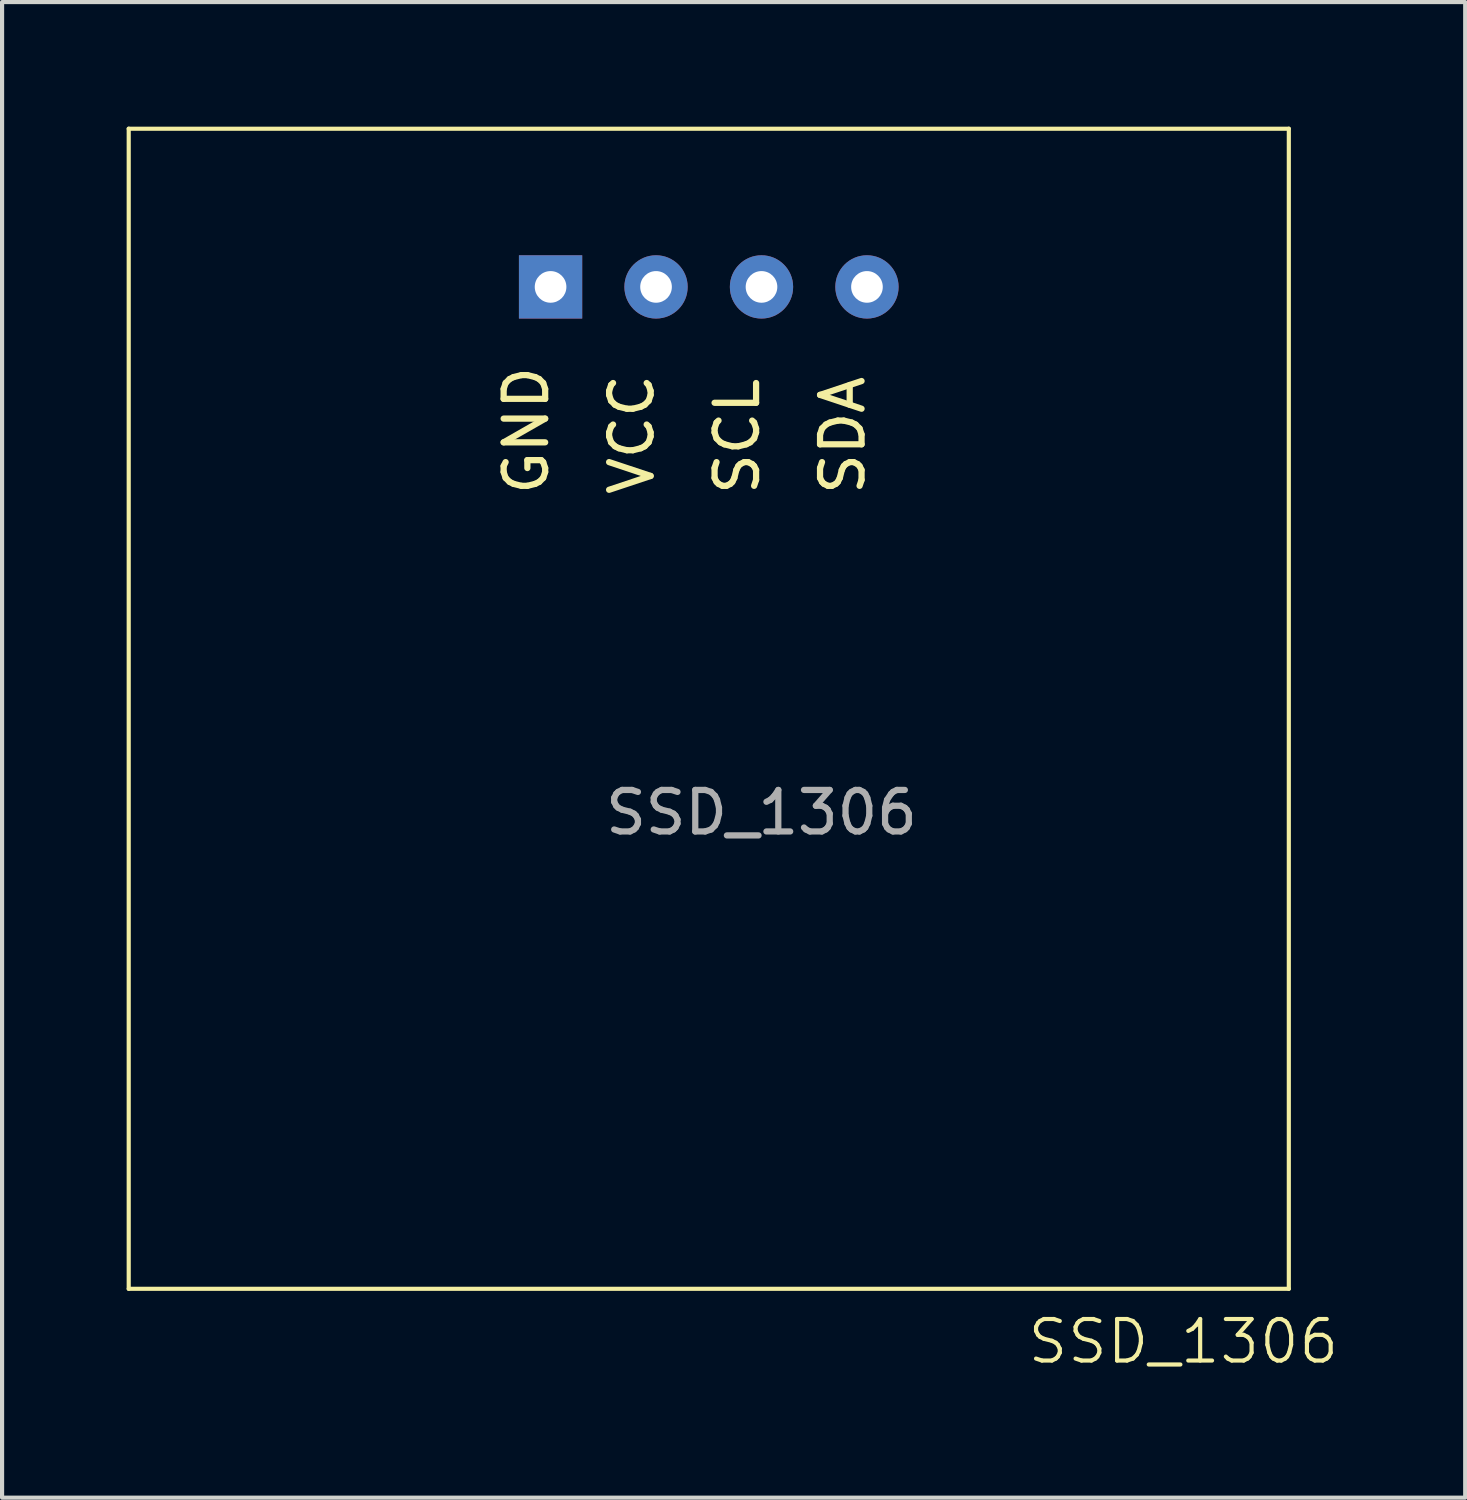
<source format=kicad_pcb>
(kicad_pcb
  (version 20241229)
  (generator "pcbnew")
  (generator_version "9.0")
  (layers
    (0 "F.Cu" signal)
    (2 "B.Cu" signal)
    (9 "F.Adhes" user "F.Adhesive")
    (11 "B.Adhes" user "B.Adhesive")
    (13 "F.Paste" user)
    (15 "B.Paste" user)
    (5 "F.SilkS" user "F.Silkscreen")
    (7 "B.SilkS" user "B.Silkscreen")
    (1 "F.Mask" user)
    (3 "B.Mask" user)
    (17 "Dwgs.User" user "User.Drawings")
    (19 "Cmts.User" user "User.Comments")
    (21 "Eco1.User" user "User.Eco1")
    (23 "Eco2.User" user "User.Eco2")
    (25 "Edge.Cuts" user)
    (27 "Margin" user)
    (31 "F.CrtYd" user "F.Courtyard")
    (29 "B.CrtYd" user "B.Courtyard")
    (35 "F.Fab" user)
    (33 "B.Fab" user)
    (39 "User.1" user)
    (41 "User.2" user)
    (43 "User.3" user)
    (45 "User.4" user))
  (footprint "SSD_1306"
    (layer "F.Cu")
    (at 15.29 14.02)
    (property "Reference" "SSD_1306" (at 10.16 15.24 0) (unlocked yes) (layer "F.SilkS") (effects (font (size 1 1) (thickness 0.1))))
    (attr through_hole)
    (fp_line (start -15.24 -13.97) (end 12.7 -13.97) (stroke (width 0.1) (type default)) (layer "F.SilkS"))
    (fp_line (start -15.24 13.97) (end -15.24 -13.97) (stroke (width 0.1) (type default)) (layer "F.SilkS"))
    (fp_line (start 12.7 -13.97) (end 12.7 13.97) (stroke (width 0.1) (type default)) (layer "F.SilkS"))
    (fp_line (start 12.7 13.97) (end -15.24 13.97) (stroke (width 0.1) (type default)) (layer "F.SilkS"))
    (fp_text user "SDA" (at 2.54 -5.08 90) (unlocked yes) (layer "F.SilkS") (effects (font (size 1 1) (thickness 0.15) (bold yes)) (justify left bottom)))
    (fp_text user "GND" (at -5.08 -5.08 90) (unlocked yes) (layer "F.SilkS") (effects (font (size 1 1) (thickness 0.15) (bold yes)) (justify left bottom)))
    (fp_text user "VCC" (at -2.54 -5.08 90) (unlocked yes) (layer "F.SilkS") (effects (font (size 1 1) (thickness 0.15) (bold yes)) (justify left bottom)))
    (fp_text user "SCL" (at 0 -5.08 90) (unlocked yes) (layer "F.SilkS") (effects (font (size 1 1) (thickness 0.15) (bold yes)) (justify left bottom)))
    (fp_text user "${REFERENCE}" (at 0 2.5 0) (unlocked yes) (layer "F.Fab") (effects (font (size 1 1) (thickness 0.15))))
    (pad "1" thru_hole rect (at -5.08 -10.16) (size 1.524 1.524) (drill 0.762) (layers "*.Cu" "*.Mask"))
    (pad "2" thru_hole circle (at -2.54 -10.16) (size 1.524 1.524) (drill 0.762) (layers "*.Cu" "*.Mask"))
    (pad "3" thru_hole circle (at 0 -10.16) (size 1.524 1.524) (drill 0.762) (layers "*.Cu" "*.Mask"))
    (pad "4" thru_hole circle (at 2.54 -10.16) (size 1.524 1.524) (drill 0.762) (layers "*.Cu" "*.Mask"))
    (zone (net_name "") (layer "F.SilkS") (hatch edge 0.5) (connect_pads) (min_thickness 0.25) (filled_areas_thickness no) (keepout (tracks allowed) (vias allowed) (pads not_allowed) (copperpour allowed) (footprints not_allowed)) (placement (enabled no)) (fill) (polygon (pts (xy 0.05 0.05) (xy 27.99 0.05) (xy 27.99 27.99) (xy 0.05 27.99)))))
  (gr_rect
    (start -3 -3)
    (end 32.238 33.02)
    (stroke (width 0.1) (type default))
    (fill no)
    (layer "Edge.Cuts")))
</source>
